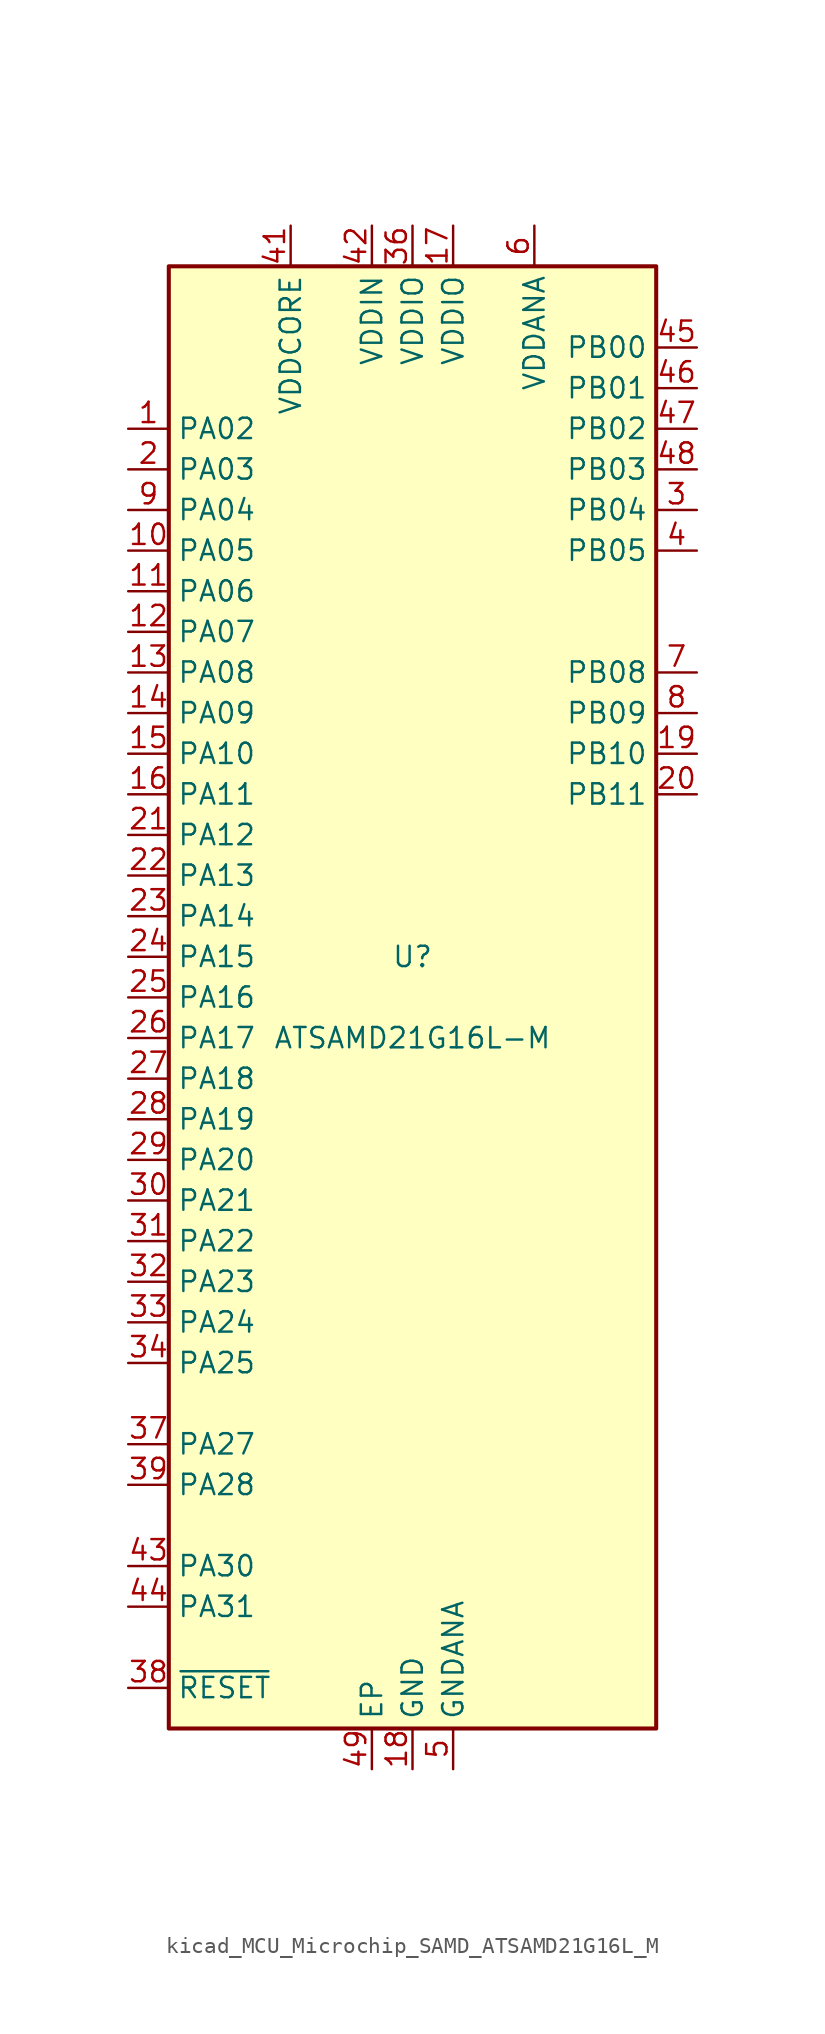
<source format=kicad_sym>
(kicad_symbol_lib
  (version 20220914)
  (generator kicad_symbol_editor)
  (symbol "kicad_MCU_Microchip_SAMD_ATSAMD21G16L_M"
    (property "Reference" "U"
      (at 0 2.54 0)
      (effects (font (size 1.27 1.27))))
    (property "Value" "ATSAMD21G16L-M"
      (at 0 -2.54 0)
      (effects (font (size 1.27 1.27))))
    (symbol "kicad_MCU_Microchip_SAMD_ATSAMD21G16L_M_0_1"
      (rectangle (start -15.24 45.72) (end 15.24 -45.72) (stroke (width 0.254) (type default)) (fill (type background))))
    (symbol "kicad_MCU_Microchip_SAMD_ATSAMD21G16L_M_1_1"
      (pin bidirectional line (at -17.78 35.56 0) (length 2.54) (name "PA02" (effects (font (size 1.27 1.27)))) (number "1" (effects (font (size 1.27 1.27)))))
      (pin bidirectional line (at -17.78 27.94 0) (length 2.54) (name "PA05" (effects (font (size 1.27 1.27)))) (number "10" (effects (font (size 1.27 1.27)))))
      (pin bidirectional line (at -17.78 25.4 0) (length 2.54) (name "PA06" (effects (font (size 1.27 1.27)))) (number "11" (effects (font (size 1.27 1.27)))))
      (pin bidirectional line (at -17.78 22.86 0) (length 2.54) (name "PA07" (effects (font (size 1.27 1.27)))) (number "12" (effects (font (size 1.27 1.27)))))
      (pin bidirectional line (at -17.78 20.32 0) (length 2.54) (name "PA08" (effects (font (size 1.27 1.27)))) (number "13" (effects (font (size 1.27 1.27)))))
      (pin bidirectional line (at -17.78 17.78 0) (length 2.54) (name "PA09" (effects (font (size 1.27 1.27)))) (number "14" (effects (font (size 1.27 1.27)))))
      (pin bidirectional line (at -17.78 15.24 0) (length 2.54) (name "PA10" (effects (font (size 1.27 1.27)))) (number "15" (effects (font (size 1.27 1.27)))))
      (pin bidirectional line (at -17.78 12.7 0) (length 2.54) (name "PA11" (effects (font (size 1.27 1.27)))) (number "16" (effects (font (size 1.27 1.27)))))
      (pin power_in line (at 2.54 48.26 270) (length 2.54) (name "VDDIO" (effects (font (size 1.27 1.27)))) (number "17" (effects (font (size 1.27 1.27)))))
      (pin power_in line (at 0 -48.26 90) (length 2.54) (name "GND" (effects (font (size 1.27 1.27)))) (number "18" (effects (font (size 1.27 1.27)))))
      (pin bidirectional line (at 17.78 15.24 180) (length 2.54) (name "PB10" (effects (font (size 1.27 1.27)))) (number "19" (effects (font (size 1.27 1.27)))))
      (pin bidirectional line (at -17.78 33.02 0) (length 2.54) (name "PA03" (effects (font (size 1.27 1.27)))) (number "2" (effects (font (size 1.27 1.27)))))
      (pin bidirectional line (at 17.78 12.7 180) (length 2.54) (name "PB11" (effects (font (size 1.27 1.27)))) (number "20" (effects (font (size 1.27 1.27)))))
      (pin bidirectional line (at -17.78 10.16 0) (length 2.54) (name "PA12" (effects (font (size 1.27 1.27)))) (number "21" (effects (font (size 1.27 1.27)))))
      (pin bidirectional line (at -17.78 7.62 0) (length 2.54) (name "PA13" (effects (font (size 1.27 1.27)))) (number "22" (effects (font (size 1.27 1.27)))))
      (pin bidirectional line (at -17.78 5.08 0) (length 2.54) (name "PA14" (effects (font (size 1.27 1.27)))) (number "23" (effects (font (size 1.27 1.27)))))
      (pin bidirectional line (at -17.78 2.54 0) (length 2.54) (name "PA15" (effects (font (size 1.27 1.27)))) (number "24" (effects (font (size 1.27 1.27)))))
      (pin bidirectional line (at -17.78 0 0) (length 2.54) (name "PA16" (effects (font (size 1.27 1.27)))) (number "25" (effects (font (size 1.27 1.27)))))
      (pin bidirectional line (at -17.78 -2.54 0) (length 2.54) (name "PA17" (effects (font (size 1.27 1.27)))) (number "26" (effects (font (size 1.27 1.27)))))
      (pin bidirectional line (at -17.78 -5.08 0) (length 2.54) (name "PA18" (effects (font (size 1.27 1.27)))) (number "27" (effects (font (size 1.27 1.27)))))
      (pin bidirectional line (at -17.78 -7.62 0) (length 2.54) (name "PA19" (effects (font (size 1.27 1.27)))) (number "28" (effects (font (size 1.27 1.27)))))
      (pin bidirectional line (at -17.78 -10.16 0) (length 2.54) (name "PA20" (effects (font (size 1.27 1.27)))) (number "29" (effects (font (size 1.27 1.27)))))
      (pin bidirectional line (at 17.78 30.48 180) (length 2.54) (name "PB04" (effects (font (size 1.27 1.27)))) (number "3" (effects (font (size 1.27 1.27)))))
      (pin bidirectional line (at -17.78 -12.7 0) (length 2.54) (name "PA21" (effects (font (size 1.27 1.27)))) (number "30" (effects (font (size 1.27 1.27)))))
      (pin bidirectional line (at -17.78 -15.24 0) (length 2.54) (name "PA22" (effects (font (size 1.27 1.27)))) (number "31" (effects (font (size 1.27 1.27)))))
      (pin bidirectional line (at -17.78 -17.78 0) (length 2.54) (name "PA23" (effects (font (size 1.27 1.27)))) (number "32" (effects (font (size 1.27 1.27)))))
      (pin bidirectional line (at -17.78 -20.32 0) (length 2.54) (name "PA24" (effects (font (size 1.27 1.27)))) (number "33" (effects (font (size 1.27 1.27)))))
      (pin bidirectional line (at -17.78 -22.86 0) (length 2.54) (name "PA25" (effects (font (size 1.27 1.27)))) (number "34" (effects (font (size 1.27 1.27)))))
      (pin passive line (at 0 -48.26 90) (length 2.54) hide (name "GND" (effects (font (size 1.27 1.27)))) (number "35" (effects (font (size 1.27 1.27)))))
      (pin power_in line (at 0 48.26 270) (length 2.54) (name "VDDIO" (effects (font (size 1.27 1.27)))) (number "36" (effects (font (size 1.27 1.27)))))
      (pin bidirectional line (at -17.78 -27.94 0) (length 2.54) (name "PA27" (effects (font (size 1.27 1.27)))) (number "37" (effects (font (size 1.27 1.27)))))
      (pin input line (at -17.78 -43.18 0) (length 2.54) (name "~{RESET}" (effects (font (size 1.27 1.27)))) (number "38" (effects (font (size 1.27 1.27)))))
      (pin bidirectional line (at -17.78 -30.48 0) (length 2.54) (name "PA28" (effects (font (size 1.27 1.27)))) (number "39" (effects (font (size 1.27 1.27)))))
      (pin bidirectional line (at 17.78 27.94 180) (length 2.54) (name "PB05" (effects (font (size 1.27 1.27)))) (number "4" (effects (font (size 1.27 1.27)))))
      (pin passive line (at 0 -48.26 90) (length 2.54) hide (name "GND" (effects (font (size 1.27 1.27)))) (number "40" (effects (font (size 1.27 1.27)))))
      (pin power_out line (at -7.62 48.26 270) (length 2.54) (name "VDDCORE" (effects (font (size 1.27 1.27)))) (number "41" (effects (font (size 1.27 1.27)))))
      (pin power_in line (at -2.54 48.26 270) (length 2.54) (name "VDDIN" (effects (font (size 1.27 1.27)))) (number "42" (effects (font (size 1.27 1.27)))))
      (pin bidirectional line (at -17.78 -35.56 0) (length 2.54) (name "PA30" (effects (font (size 1.27 1.27)))) (number "43" (effects (font (size 1.27 1.27)))))
      (pin bidirectional line (at -17.78 -38.1 0) (length 2.54) (name "PA31" (effects (font (size 1.27 1.27)))) (number "44" (effects (font (size 1.27 1.27)))))
      (pin bidirectional line (at 17.78 40.64 180) (length 2.54) (name "PB00" (effects (font (size 1.27 1.27)))) (number "45" (effects (font (size 1.27 1.27)))))
      (pin bidirectional line (at 17.78 38.1 180) (length 2.54) (name "PB01" (effects (font (size 1.27 1.27)))) (number "46" (effects (font (size 1.27 1.27)))))
      (pin bidirectional line (at 17.78 35.56 180) (length 2.54) (name "PB02" (effects (font (size 1.27 1.27)))) (number "47" (effects (font (size 1.27 1.27)))))
      (pin bidirectional line (at 17.78 33.02 180) (length 2.54) (name "PB03" (effects (font (size 1.27 1.27)))) (number "48" (effects (font (size 1.27 1.27)))))
      (pin passive line (at -2.54 -48.26 90) (length 2.54) (name "EP" (effects (font (size 1.27 1.27)))) (number "49" (effects (font (size 1.27 1.27)))))
      (pin power_in line (at 2.54 -48.26 90) (length 2.54) (name "GNDANA" (effects (font (size 1.27 1.27)))) (number "5" (effects (font (size 1.27 1.27)))))
      (pin power_in line (at 7.62 48.26 270) (length 2.54) (name "VDDANA" (effects (font (size 1.27 1.27)))) (number "6" (effects (font (size 1.27 1.27)))))
      (pin bidirectional line (at 17.78 20.32 180) (length 2.54) (name "PB08" (effects (font (size 1.27 1.27)))) (number "7" (effects (font (size 1.27 1.27)))))
      (pin bidirectional line (at 17.78 17.78 180) (length 2.54) (name "PB09" (effects (font (size 1.27 1.27)))) (number "8" (effects (font (size 1.27 1.27)))))
      (pin bidirectional line (at -17.78 30.48 0) (length 2.54) (name "PA04" (effects (font (size 1.27 1.27)))) (number "9" (effects (font (size 1.27 1.27))))))))
</source>
